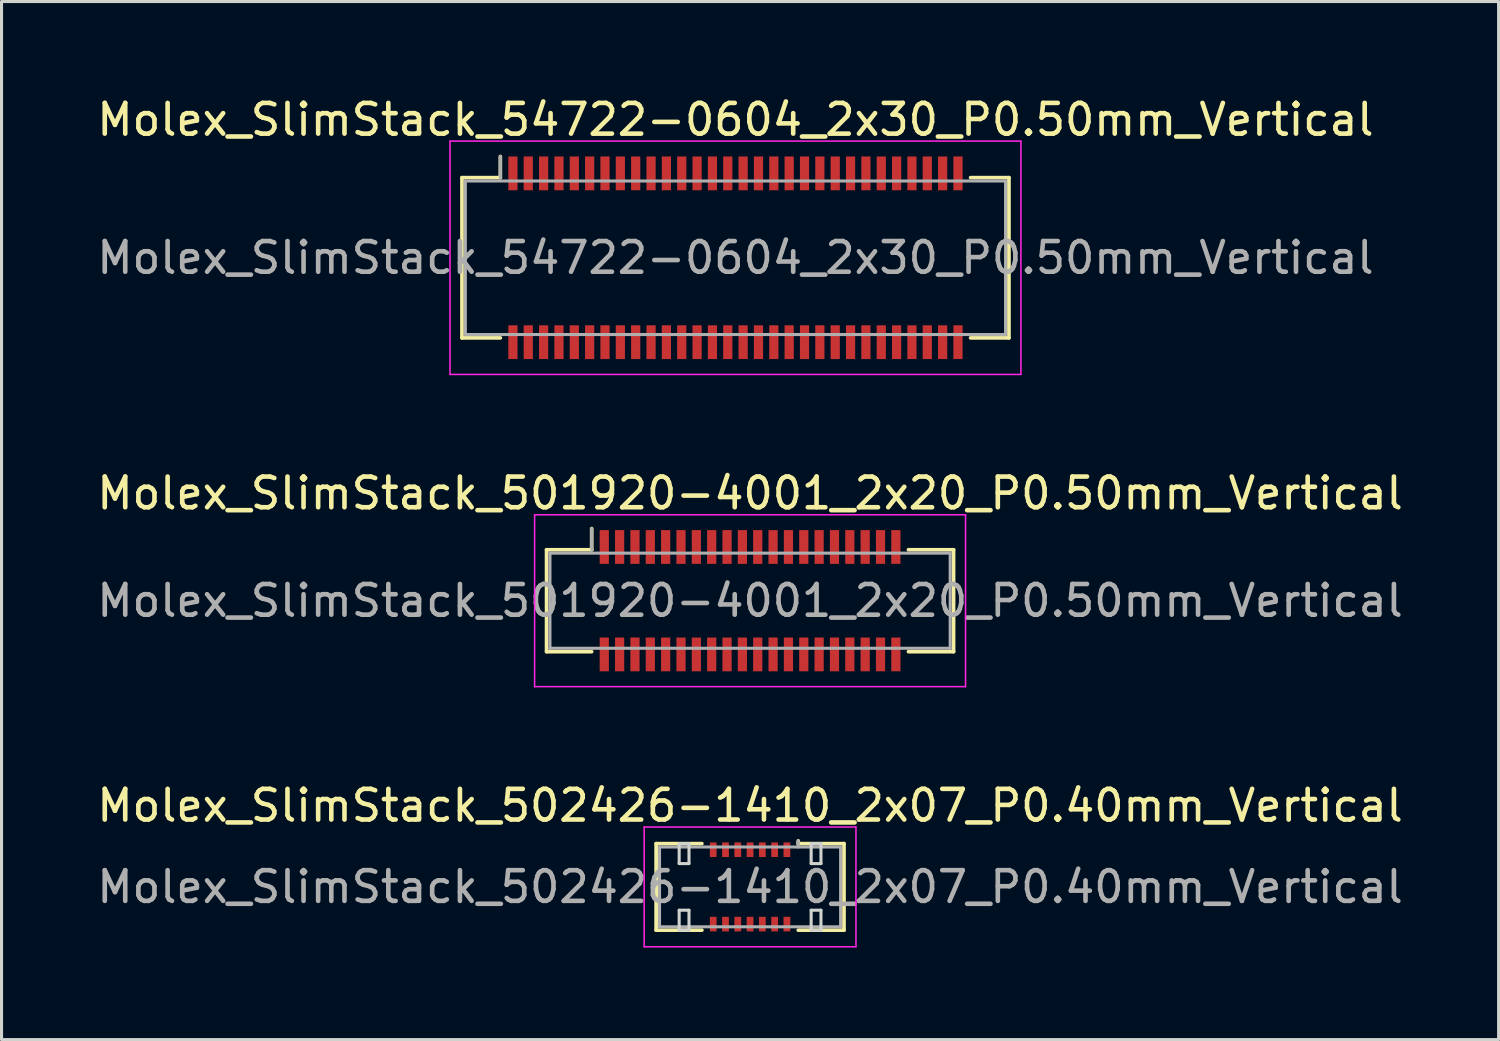
<source format=kicad_pcb>
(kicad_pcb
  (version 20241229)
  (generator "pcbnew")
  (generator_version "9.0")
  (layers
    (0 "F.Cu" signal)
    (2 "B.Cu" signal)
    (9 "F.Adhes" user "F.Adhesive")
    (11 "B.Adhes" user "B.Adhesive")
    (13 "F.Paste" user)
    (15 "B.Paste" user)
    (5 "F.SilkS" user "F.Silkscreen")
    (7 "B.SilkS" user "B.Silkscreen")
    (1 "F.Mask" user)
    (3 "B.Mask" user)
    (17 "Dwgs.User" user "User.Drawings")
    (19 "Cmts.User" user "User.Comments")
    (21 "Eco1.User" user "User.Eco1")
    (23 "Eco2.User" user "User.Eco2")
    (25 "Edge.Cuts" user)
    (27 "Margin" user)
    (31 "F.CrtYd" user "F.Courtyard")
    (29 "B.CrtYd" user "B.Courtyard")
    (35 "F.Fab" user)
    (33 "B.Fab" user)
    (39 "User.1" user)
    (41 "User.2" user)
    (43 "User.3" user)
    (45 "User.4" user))
  (footprint "Molex_SlimStack_501920-4001_2x20_P0.50mm_Vertical"
    (layer "F.Cu")
    (at 21.387 16.521)
    (property "Reference" "Molex_SlimStack_501920-4001_2x20_P0.50mm_Vertical" (at 0 -3.5 0) (layer "F.SilkS") (effects (font (size 1 1) (thickness 0.15))))
    (attr smd)
    (fp_line (start -6.63 -1.66) (end -5.16 -1.66) (stroke (width 0.12) (type solid)) (layer "F.SilkS"))
    (fp_line (start -6.63 1.66) (end -6.63 -1.66) (stroke (width 0.12) (type solid)) (layer "F.SilkS"))
    (fp_line (start -5.16 -1.66) (end -5.16 -2.35) (stroke (width 0.12) (type solid)) (layer "F.SilkS"))
    (fp_line (start -5.16 1.66) (end -6.63 1.66) (stroke (width 0.12) (type solid)) (layer "F.SilkS"))
    (fp_line (start 5.16 1.66) (end 6.63 1.66) (stroke (width 0.12) (type solid)) (layer "F.SilkS"))
    (fp_line (start 6.63 -1.66) (end 5.16 -1.66) (stroke (width 0.12) (type solid)) (layer "F.SilkS"))
    (fp_line (start 6.63 1.66) (end 6.63 -1.66) (stroke (width 0.12) (type solid)) (layer "F.SilkS"))
    (fp_line (start -7.02 -2.8) (end -7.02 2.8) (stroke (width 0.05) (type solid)) (layer "F.CrtYd"))
    (fp_line (start -7.02 2.8) (end 7.02 2.8) (stroke (width 0.05) (type solid)) (layer "F.CrtYd"))
    (fp_line (start 7.02 -2.8) (end -7.02 -2.8) (stroke (width 0.05) (type solid)) (layer "F.CrtYd"))
    (fp_line (start 7.02 2.8) (end 7.02 -2.8) (stroke (width 0.05) (type solid)) (layer "F.CrtYd"))
    (fp_line (start -6.52 -1.55) (end -6.52 1.55) (stroke (width 0.1) (type solid)) (layer "F.Fab"))
    (fp_line (start -6.52 1.55) (end 6.52 1.55) (stroke (width 0.1) (type solid)) (layer "F.Fab"))
    (fp_line (start -5.16 -1.66) (end -5.16 -2.35) (stroke (width 0.1) (type solid)) (layer "F.Fab"))
    (fp_line (start 6.52 -1.55) (end -6.52 -1.55) (stroke (width 0.1) (type solid)) (layer "F.Fab"))
    (fp_line (start 6.52 1.55) (end 6.52 -1.55) (stroke (width 0.1) (type solid)) (layer "F.Fab"))
    (fp_text user "${REFERENCE}" (at 0 0 0) (layer "F.Fab") (effects (font (size 1 1) (thickness 0.15))))
    (pad "1" smd rect (at -4.75 -1.75) (size 0.3 1.1) (layers "F.Cu" "F.Mask" "F.Paste"))
    (pad "2" smd rect (at -4.75 1.75) (size 0.3 1.1) (layers "F.Cu" "F.Mask" "F.Paste"))
    (pad "3" smd rect (at -4.25 -1.75) (size 0.3 1.1) (layers "F.Cu" "F.Mask" "F.Paste"))
    (pad "4" smd rect (at -4.25 1.75) (size 0.3 1.1) (layers "F.Cu" "F.Mask" "F.Paste"))
    (pad "5" smd rect (at -3.75 -1.75) (size 0.3 1.1) (layers "F.Cu" "F.Mask" "F.Paste"))
    (pad "6" smd rect (at -3.75 1.75) (size 0.3 1.1) (layers "F.Cu" "F.Mask" "F.Paste"))
    (pad "7" smd rect (at -3.25 -1.75) (size 0.3 1.1) (layers "F.Cu" "F.Mask" "F.Paste"))
    (pad "8" smd rect (at -3.25 1.75) (size 0.3 1.1) (layers "F.Cu" "F.Mask" "F.Paste"))
    (pad "9" smd rect (at -2.75 -1.75) (size 0.3 1.1) (layers "F.Cu" "F.Mask" "F.Paste"))
    (pad "10" smd rect (at -2.75 1.75) (size 0.3 1.1) (layers "F.Cu" "F.Mask" "F.Paste"))
    (pad "11" smd rect (at -2.25 -1.75) (size 0.3 1.1) (layers "F.Cu" "F.Mask" "F.Paste"))
    (pad "12" smd rect (at -2.25 1.75) (size 0.3 1.1) (layers "F.Cu" "F.Mask" "F.Paste"))
    (pad "13" smd rect (at -1.75 -1.75) (size 0.3 1.1) (layers "F.Cu" "F.Mask" "F.Paste"))
    (pad "14" smd rect (at -1.75 1.75) (size 0.3 1.1) (layers "F.Cu" "F.Mask" "F.Paste"))
    (pad "15" smd rect (at -1.25 -1.75) (size 0.3 1.1) (layers "F.Cu" "F.Mask" "F.Paste"))
    (pad "16" smd rect (at -1.25 1.75) (size 0.3 1.1) (layers "F.Cu" "F.Mask" "F.Paste"))
    (pad "17" smd rect (at -0.75 -1.75) (size 0.3 1.1) (layers "F.Cu" "F.Mask" "F.Paste"))
    (pad "18" smd rect (at -0.75 1.75) (size 0.3 1.1) (layers "F.Cu" "F.Mask" "F.Paste"))
    (pad "19" smd rect (at -0.25 -1.75) (size 0.3 1.1) (layers "F.Cu" "F.Mask" "F.Paste"))
    (pad "20" smd rect (at -0.25 1.75) (size 0.3 1.1) (layers "F.Cu" "F.Mask" "F.Paste"))
    (pad "21" smd rect (at 0.25 -1.75) (size 0.3 1.1) (layers "F.Cu" "F.Mask" "F.Paste"))
    (pad "22" smd rect (at 0.25 1.75) (size 0.3 1.1) (layers "F.Cu" "F.Mask" "F.Paste"))
    (pad "23" smd rect (at 0.75 -1.75) (size 0.3 1.1) (layers "F.Cu" "F.Mask" "F.Paste"))
    (pad "24" smd rect (at 0.75 1.75) (size 0.3 1.1) (layers "F.Cu" "F.Mask" "F.Paste"))
    (pad "25" smd rect (at 1.25 -1.75) (size 0.3 1.1) (layers "F.Cu" "F.Mask" "F.Paste"))
    (pad "26" smd rect (at 1.25 1.75) (size 0.3 1.1) (layers "F.Cu" "F.Mask" "F.Paste"))
    (pad "27" smd rect (at 1.75 -1.75) (size 0.3 1.1) (layers "F.Cu" "F.Mask" "F.Paste"))
    (pad "28" smd rect (at 1.75 1.75) (size 0.3 1.1) (layers "F.Cu" "F.Mask" "F.Paste"))
    (pad "29" smd rect (at 2.25 -1.75) (size 0.3 1.1) (layers "F.Cu" "F.Mask" "F.Paste"))
    (pad "30" smd rect (at 2.25 1.75) (size 0.3 1.1) (layers "F.Cu" "F.Mask" "F.Paste"))
    (pad "31" smd rect (at 2.75 -1.75) (size 0.3 1.1) (layers "F.Cu" "F.Mask" "F.Paste"))
    (pad "32" smd rect (at 2.75 1.75) (size 0.3 1.1) (layers "F.Cu" "F.Mask" "F.Paste"))
    (pad "33" smd rect (at 3.25 -1.75) (size 0.3 1.1) (layers "F.Cu" "F.Mask" "F.Paste"))
    (pad "34" smd rect (at 3.25 1.75) (size 0.3 1.1) (layers "F.Cu" "F.Mask" "F.Paste"))
    (pad "35" smd rect (at 3.75 -1.75) (size 0.3 1.1) (layers "F.Cu" "F.Mask" "F.Paste"))
    (pad "36" smd rect (at 3.75 1.75) (size 0.3 1.1) (layers "F.Cu" "F.Mask" "F.Paste"))
    (pad "37" smd rect (at 4.25 -1.75) (size 0.3 1.1) (layers "F.Cu" "F.Mask" "F.Paste"))
    (pad "38" smd rect (at 4.25 1.75) (size 0.3 1.1) (layers "F.Cu" "F.Mask" "F.Paste"))
    (pad "39" smd rect (at 4.75 -1.75) (size 0.3 1.1) (layers "F.Cu" "F.Mask" "F.Paste"))
    (pad "40" smd rect (at 4.75 1.75) (size 0.3 1.1) (layers "F.Cu" "F.Mask" "F.Paste")))
  (footprint "Molex_SlimStack_54722-0604_2x30_P0.50mm_Vertical"
    (layer "F.Cu")
    (at 20.911 5.348)
    (property "Reference" "Molex_SlimStack_54722-0604_2x30_P0.50mm_Vertical" (at 0 -4.5 0) (layer "F.SilkS") (effects (font (size 1 1) (thickness 0.15))))
    (attr smd)
    (fp_line (start -8.91 -2.61) (end -7.66 -2.61) (stroke (width 0.12) (type solid)) (layer "F.SilkS"))
    (fp_line (start -8.91 2.61) (end -8.91 -2.61) (stroke (width 0.12) (type solid)) (layer "F.SilkS"))
    (fp_line (start -7.66 -2.61) (end -7.66 -3.3) (stroke (width 0.12) (type solid)) (layer "F.SilkS"))
    (fp_line (start -7.66 2.61) (end -8.91 2.61) (stroke (width 0.12) (type solid)) (layer "F.SilkS"))
    (fp_line (start 7.66 2.61) (end 8.91 2.61) (stroke (width 0.12) (type solid)) (layer "F.SilkS"))
    (fp_line (start 8.91 -2.61) (end 7.66 -2.61) (stroke (width 0.12) (type solid)) (layer "F.SilkS"))
    (fp_line (start 8.91 2.61) (end 8.91 -2.61) (stroke (width 0.12) (type solid)) (layer "F.SilkS"))
    (fp_line (start -9.3 -3.8) (end -9.3 3.8) (stroke (width 0.05) (type solid)) (layer "F.CrtYd"))
    (fp_line (start -9.3 3.8) (end 9.3 3.8) (stroke (width 0.05) (type solid)) (layer "F.CrtYd"))
    (fp_line (start 9.3 -3.8) (end -9.3 -3.8) (stroke (width 0.05) (type solid)) (layer "F.CrtYd"))
    (fp_line (start 9.3 3.8) (end 9.3 -3.8) (stroke (width 0.05) (type solid)) (layer "F.CrtYd"))
    (fp_line (start -8.8 -2.5) (end -8.8 2.5) (stroke (width 0.1) (type solid)) (layer "F.Fab"))
    (fp_line (start -8.8 2.5) (end 8.8 2.5) (stroke (width 0.1) (type solid)) (layer "F.Fab"))
    (fp_line (start -7.66 -2.61) (end -7.66 -3.3) (stroke (width 0.1) (type solid)) (layer "F.Fab"))
    (fp_line (start 8.8 -2.5) (end -8.8 -2.5) (stroke (width 0.1) (type solid)) (layer "F.Fab"))
    (fp_line (start 8.8 2.5) (end 8.8 -2.5) (stroke (width 0.1) (type solid)) (layer "F.Fab"))
    (fp_text user "${REFERENCE}" (at 0 0 0) (layer "F.Fab") (effects (font (size 1 1) (thickness 0.15))))
    (pad "1" smd rect (at -7.25 -2.75) (size 0.3 1.1) (layers "F.Cu" "F.Mask" "F.Paste"))
    (pad "2" smd rect (at -7.25 2.75) (size 0.3 1.1) (layers "F.Cu" "F.Mask" "F.Paste"))
    (pad "3" smd rect (at -6.75 -2.75) (size 0.3 1.1) (layers "F.Cu" "F.Mask" "F.Paste"))
    (pad "4" smd rect (at -6.75 2.75) (size 0.3 1.1) (layers "F.Cu" "F.Mask" "F.Paste"))
    (pad "5" smd rect (at -6.25 -2.75) (size 0.3 1.1) (layers "F.Cu" "F.Mask" "F.Paste"))
    (pad "6" smd rect (at -6.25 2.75) (size 0.3 1.1) (layers "F.Cu" "F.Mask" "F.Paste"))
    (pad "7" smd rect (at -5.75 -2.75) (size 0.3 1.1) (layers "F.Cu" "F.Mask" "F.Paste"))
    (pad "8" smd rect (at -5.75 2.75) (size 0.3 1.1) (layers "F.Cu" "F.Mask" "F.Paste"))
    (pad "9" smd rect (at -5.25 -2.75) (size 0.3 1.1) (layers "F.Cu" "F.Mask" "F.Paste"))
    (pad "10" smd rect (at -5.25 2.75) (size 0.3 1.1) (layers "F.Cu" "F.Mask" "F.Paste"))
    (pad "11" smd rect (at -4.75 -2.75) (size 0.3 1.1) (layers "F.Cu" "F.Mask" "F.Paste"))
    (pad "12" smd rect (at -4.75 2.75) (size 0.3 1.1) (layers "F.Cu" "F.Mask" "F.Paste"))
    (pad "13" smd rect (at -4.25 -2.75) (size 0.3 1.1) (layers "F.Cu" "F.Mask" "F.Paste"))
    (pad "14" smd rect (at -4.25 2.75) (size 0.3 1.1) (layers "F.Cu" "F.Mask" "F.Paste"))
    (pad "15" smd rect (at -3.75 -2.75) (size 0.3 1.1) (layers "F.Cu" "F.Mask" "F.Paste"))
    (pad "16" smd rect (at -3.75 2.75) (size 0.3 1.1) (layers "F.Cu" "F.Mask" "F.Paste"))
    (pad "17" smd rect (at -3.25 -2.75) (size 0.3 1.1) (layers "F.Cu" "F.Mask" "F.Paste"))
    (pad "18" smd rect (at -3.25 2.75) (size 0.3 1.1) (layers "F.Cu" "F.Mask" "F.Paste"))
    (pad "19" smd rect (at -2.75 -2.75) (size 0.3 1.1) (layers "F.Cu" "F.Mask" "F.Paste"))
    (pad "20" smd rect (at -2.75 2.75) (size 0.3 1.1) (layers "F.Cu" "F.Mask" "F.Paste"))
    (pad "21" smd rect (at -2.25 -2.75) (size 0.3 1.1) (layers "F.Cu" "F.Mask" "F.Paste"))
    (pad "22" smd rect (at -2.25 2.75) (size 0.3 1.1) (layers "F.Cu" "F.Mask" "F.Paste"))
    (pad "23" smd rect (at -1.75 -2.75) (size 0.3 1.1) (layers "F.Cu" "F.Mask" "F.Paste"))
    (pad "24" smd rect (at -1.75 2.75) (size 0.3 1.1) (layers "F.Cu" "F.Mask" "F.Paste"))
    (pad "25" smd rect (at -1.25 -2.75) (size 0.3 1.1) (layers "F.Cu" "F.Mask" "F.Paste"))
    (pad "26" smd rect (at -1.25 2.75) (size 0.3 1.1) (layers "F.Cu" "F.Mask" "F.Paste"))
    (pad "27" smd rect (at -0.75 -2.75) (size 0.3 1.1) (layers "F.Cu" "F.Mask" "F.Paste"))
    (pad "28" smd rect (at -0.75 2.75) (size 0.3 1.1) (layers "F.Cu" "F.Mask" "F.Paste"))
    (pad "29" smd rect (at -0.25 -2.75) (size 0.3 1.1) (layers "F.Cu" "F.Mask" "F.Paste"))
    (pad "30" smd rect (at -0.25 2.75) (size 0.3 1.1) (layers "F.Cu" "F.Mask" "F.Paste"))
    (pad "31" smd rect (at 0.25 -2.75) (size 0.3 1.1) (layers "F.Cu" "F.Mask" "F.Paste"))
    (pad "32" smd rect (at 0.25 2.75) (size 0.3 1.1) (layers "F.Cu" "F.Mask" "F.Paste"))
    (pad "33" smd rect (at 0.75 -2.75) (size 0.3 1.1) (layers "F.Cu" "F.Mask" "F.Paste"))
    (pad "34" smd rect (at 0.75 2.75) (size 0.3 1.1) (layers "F.Cu" "F.Mask" "F.Paste"))
    (pad "35" smd rect (at 1.25 -2.75) (size 0.3 1.1) (layers "F.Cu" "F.Mask" "F.Paste"))
    (pad "36" smd rect (at 1.25 2.75) (size 0.3 1.1) (layers "F.Cu" "F.Mask" "F.Paste"))
    (pad "37" smd rect (at 1.75 -2.75) (size 0.3 1.1) (layers "F.Cu" "F.Mask" "F.Paste"))
    (pad "38" smd rect (at 1.75 2.75) (size 0.3 1.1) (layers "F.Cu" "F.Mask" "F.Paste"))
    (pad "39" smd rect (at 2.25 -2.75) (size 0.3 1.1) (layers "F.Cu" "F.Mask" "F.Paste"))
    (pad "40" smd rect (at 2.25 2.75) (size 0.3 1.1) (layers "F.Cu" "F.Mask" "F.Paste"))
    (pad "41" smd rect (at 2.75 -2.75) (size 0.3 1.1) (layers "F.Cu" "F.Mask" "F.Paste"))
    (pad "42" smd rect (at 2.75 2.75) (size 0.3 1.1) (layers "F.Cu" "F.Mask" "F.Paste"))
    (pad "43" smd rect (at 3.25 -2.75) (size 0.3 1.1) (layers "F.Cu" "F.Mask" "F.Paste"))
    (pad "44" smd rect (at 3.25 2.75) (size 0.3 1.1) (layers "F.Cu" "F.Mask" "F.Paste"))
    (pad "45" smd rect (at 3.75 -2.75) (size 0.3 1.1) (layers "F.Cu" "F.Mask" "F.Paste"))
    (pad "46" smd rect (at 3.75 2.75) (size 0.3 1.1) (layers "F.Cu" "F.Mask" "F.Paste"))
    (pad "47" smd rect (at 4.25 -2.75) (size 0.3 1.1) (layers "F.Cu" "F.Mask" "F.Paste"))
    (pad "48" smd rect (at 4.25 2.75) (size 0.3 1.1) (layers "F.Cu" "F.Mask" "F.Paste"))
    (pad "49" smd rect (at 4.75 -2.75) (size 0.3 1.1) (layers "F.Cu" "F.Mask" "F.Paste"))
    (pad "50" smd rect (at 4.75 2.75) (size 0.3 1.1) (layers "F.Cu" "F.Mask" "F.Paste"))
    (pad "51" smd rect (at 5.25 -2.75) (size 0.3 1.1) (layers "F.Cu" "F.Mask" "F.Paste"))
    (pad "52" smd rect (at 5.25 2.75) (size 0.3 1.1) (layers "F.Cu" "F.Mask" "F.Paste"))
    (pad "53" smd rect (at 5.75 -2.75) (size 0.3 1.1) (layers "F.Cu" "F.Mask" "F.Paste"))
    (pad "54" smd rect (at 5.75 2.75) (size 0.3 1.1) (layers "F.Cu" "F.Mask" "F.Paste"))
    (pad "55" smd rect (at 6.25 -2.75) (size 0.3 1.1) (layers "F.Cu" "F.Mask" "F.Paste"))
    (pad "56" smd rect (at 6.25 2.75) (size 0.3 1.1) (layers "F.Cu" "F.Mask" "F.Paste"))
    (pad "57" smd rect (at 6.75 -2.75) (size 0.3 1.1) (layers "F.Cu" "F.Mask" "F.Paste"))
    (pad "58" smd rect (at 6.75 2.75) (size 0.3 1.1) (layers "F.Cu" "F.Mask" "F.Paste"))
    (pad "59" smd rect (at 7.25 -2.75) (size 0.3 1.1) (layers "F.Cu" "F.Mask" "F.Paste"))
    (pad "60" smd rect (at 7.25 2.75) (size 0.3 1.1) (layers "F.Cu" "F.Mask" "F.Paste")))
  (footprint "Molex_SlimStack_502426-1410_2x07_P0.40mm_Vertical"
    (layer "F.Cu")
    (at 21.387 25.845)
    (property "Reference" "Molex_SlimStack_502426-1410_2x07_P0.40mm_Vertical" (at 0 -2.65 0) (layer "F.SilkS") (effects (font (size 1 1) (thickness 0.15))))
    (attr smd)
    (fp_line (start -3.06 -1.41) (end -1.57 -1.41) (stroke (width 0.12) (type solid)) (layer "F.SilkS"))
    (fp_line (start -3.06 1.41) (end -3.06 -1.41) (stroke (width 0.12) (type solid)) (layer "F.SilkS"))
    (fp_line (start -1.57 1.41) (end -3.06 1.41) (stroke (width 0.12) (type solid)) (layer "F.SilkS"))
    (fp_line (start 1.57 -1.41) (end 1.57 -1.5) (stroke (width 0.12) (type solid)) (layer "F.SilkS"))
    (fp_line (start 1.57 1.41) (end 3.06 1.41) (stroke (width 0.12) (type solid)) (layer "F.SilkS"))
    (fp_line (start 3.06 -1.41) (end 1.57 -1.41) (stroke (width 0.12) (type solid)) (layer "F.SilkS"))
    (fp_line (start 3.06 1.41) (end 3.06 -1.41) (stroke (width 0.12) (type solid)) (layer "F.SilkS"))
    (fp_line (start -2.31 -1.41) (end -2.31 -0.76) (stroke (width 0.1) (type solid)) (layer "Edge.Cuts"))
    (fp_line (start -2.31 -0.76) (end -1.99 -0.76) (stroke (width 0.1) (type solid)) (layer "Edge.Cuts"))
    (fp_line (start -2.31 0.76) (end -2.31 1.41) (stroke (width 0.1) (type solid)) (layer "Edge.Cuts"))
    (fp_line (start -2.31 1.41) (end -1.99 1.41) (stroke (width 0.1) (type solid)) (layer "Edge.Cuts"))
    (fp_line (start -1.99 -1.41) (end -2.31 -1.41) (stroke (width 0.1) (type solid)) (layer "Edge.Cuts"))
    (fp_line (start -1.99 -0.76) (end -1.99 -1.41) (stroke (width 0.1) (type solid)) (layer "Edge.Cuts"))
    (fp_line (start -1.99 0.76) (end -2.31 0.76) (stroke (width 0.1) (type solid)) (layer "Edge.Cuts"))
    (fp_line (start -1.99 1.41) (end -1.99 0.76) (stroke (width 0.1) (type solid)) (layer "Edge.Cuts"))
    (fp_line (start 1.99 -1.41) (end 1.99 -0.76) (stroke (width 0.1) (type solid)) (layer "Edge.Cuts"))
    (fp_line (start 1.99 -0.76) (end 2.31 -0.76) (stroke (width 0.1) (type solid)) (layer "Edge.Cuts"))
    (fp_line (start 1.99 0.76) (end 1.99 1.41) (stroke (width 0.1) (type solid)) (layer "Edge.Cuts"))
    (fp_line (start 1.99 1.41) (end 2.31 1.41) (stroke (width 0.1) (type solid)) (layer "Edge.Cuts"))
    (fp_line (start 2.31 -1.41) (end 1.99 -1.41) (stroke (width 0.1) (type solid)) (layer "Edge.Cuts"))
    (fp_line (start 2.31 -0.76) (end 2.31 -1.41) (stroke (width 0.1) (type solid)) (layer "Edge.Cuts"))
    (fp_line (start 2.31 0.76) (end 1.99 0.76) (stroke (width 0.1) (type solid)) (layer "Edge.Cuts"))
    (fp_line (start 2.31 1.41) (end 2.31 0.76) (stroke (width 0.1) (type solid)) (layer "Edge.Cuts"))
    (fp_line (start -3.45 -1.95) (end -3.45 1.95) (stroke (width 0.05) (type solid)) (layer "F.CrtYd"))
    (fp_line (start -3.45 1.95) (end 3.45 1.95) (stroke (width 0.05) (type solid)) (layer "F.CrtYd"))
    (fp_line (start 3.45 -1.95) (end -3.45 -1.95) (stroke (width 0.05) (type solid)) (layer "F.CrtYd"))
    (fp_line (start 3.45 1.95) (end 3.45 -1.95) (stroke (width 0.05) (type solid)) (layer "F.CrtYd"))
    (fp_line (start -2.95 -1.3) (end -2.95 1.3) (stroke (width 0.1) (type solid)) (layer "F.Fab"))
    (fp_line (start -2.95 1.3) (end 2.95 1.3) (stroke (width 0.1) (type solid)) (layer "F.Fab"))
    (fp_line (start 1.57 -1.3) (end 1.57 -1.5) (stroke (width 0.1) (type solid)) (layer "F.Fab"))
    (fp_line (start 2.95 -1.3) (end -2.95 -1.3) (stroke (width 0.1) (type solid)) (layer "F.Fab"))
    (fp_line (start 2.95 1.3) (end 2.95 -1.3) (stroke (width 0.1) (type solid)) (layer "F.Fab"))
    (fp_text user "${REFERENCE}" (at 0 0 0) (layer "F.Fab") (effects (font (size 1 1) (thickness 0.15))))
    (pad "1" smd rect (at 1.2 -1.212) (size 0.22 0.475) (layers "F.Cu" "F.Mask" "F.Paste"))
    (pad "2" smd rect (at 1.2 1.212) (size 0.22 0.475) (layers "F.Cu" "F.Mask" "F.Paste"))
    (pad "3" smd rect (at 0.8 -1.212) (size 0.22 0.475) (layers "F.Cu" "F.Mask" "F.Paste"))
    (pad "4" smd rect (at 0.8 1.212) (size 0.22 0.475) (layers "F.Cu" "F.Mask" "F.Paste"))
    (pad "5" smd rect (at 0.4 -1.212) (size 0.22 0.475) (layers "F.Cu" "F.Mask" "F.Paste"))
    (pad "6" smd rect (at 0.4 1.212) (size 0.22 0.475) (layers "F.Cu" "F.Mask" "F.Paste"))
    (pad "7" smd rect (at 0 -1.212) (size 0.22 0.475) (layers "F.Cu" "F.Mask" "F.Paste"))
    (pad "8" smd rect (at 0 1.212) (size 0.22 0.475) (layers "F.Cu" "F.Mask" "F.Paste"))
    (pad "9" smd rect (at -0.4 -1.212) (size 0.22 0.475) (layers "F.Cu" "F.Mask" "F.Paste"))
    (pad "10" smd rect (at -0.4 1.212) (size 0.22 0.475) (layers "F.Cu" "F.Mask" "F.Paste"))
    (pad "11" smd rect (at -0.8 -1.212) (size 0.22 0.475) (layers "F.Cu" "F.Mask" "F.Paste"))
    (pad "12" smd rect (at -0.8 1.212) (size 0.22 0.475) (layers "F.Cu" "F.Mask" "F.Paste"))
    (pad "13" smd rect (at -1.2 -1.212) (size 0.22 0.475) (layers "F.Cu" "F.Mask" "F.Paste"))
    (pad "14" smd rect (at -1.2 1.212) (size 0.22 0.475) (layers "F.Cu" "F.Mask" "F.Paste")))
  (gr_rect
    (start -3 -3)
    (end 45.774 30.82)
    (stroke (width 0.1) (type default))
    (fill no)
    (layer "Edge.Cuts")))
</source>
